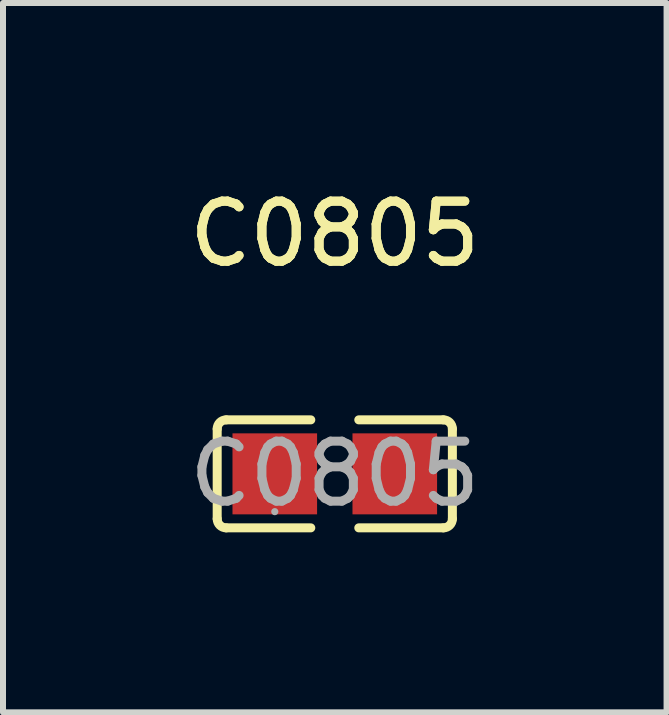
<source format=kicad_pcb>
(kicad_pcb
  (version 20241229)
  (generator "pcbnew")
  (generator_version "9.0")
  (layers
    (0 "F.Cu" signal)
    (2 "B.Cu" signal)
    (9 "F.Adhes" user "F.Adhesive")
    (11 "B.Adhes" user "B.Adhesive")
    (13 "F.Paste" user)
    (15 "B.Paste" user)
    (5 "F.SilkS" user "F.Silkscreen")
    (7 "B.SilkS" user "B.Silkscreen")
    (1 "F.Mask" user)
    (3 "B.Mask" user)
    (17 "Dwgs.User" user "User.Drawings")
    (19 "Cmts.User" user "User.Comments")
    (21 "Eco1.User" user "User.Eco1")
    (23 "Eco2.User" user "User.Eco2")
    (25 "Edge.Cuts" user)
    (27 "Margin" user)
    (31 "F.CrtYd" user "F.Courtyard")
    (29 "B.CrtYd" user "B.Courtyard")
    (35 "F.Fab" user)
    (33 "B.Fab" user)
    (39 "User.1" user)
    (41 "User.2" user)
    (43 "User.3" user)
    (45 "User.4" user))
  (footprint "C0805"
    (layer "F.Cu")
    (at 2.53 4.848)
    (property "Reference" "C0805" (at 0 -4 0) (layer "F.SilkS") (effects (font (size 1 1) (thickness 0.15))))
    (attr through_hole)
    (fp_line (start -1.96 0.75) (end -1.96 -0.75) (stroke (width 0.15) (type solid)) (layer "F.SilkS"))
    (fp_line (start -1.81 -0.9) (end -0.4 -0.9) (stroke (width 0.15) (type solid)) (layer "F.SilkS"))
    (fp_line (start -0.4 0.9) (end -1.81 0.9) (stroke (width 0.15) (type solid)) (layer "F.SilkS"))
    (fp_line (start 0.4 0.9) (end 1.81 0.9) (stroke (width 0.15) (type solid)) (layer "F.SilkS"))
    (fp_line (start 1.81 -0.9) (end 0.4 -0.9) (stroke (width 0.15) (type solid)) (layer "F.SilkS"))
    (fp_line (start 1.96 0.75) (end 1.96 -0.75) (stroke (width 0.15) (type solid)) (layer "F.SilkS"))
    (fp_arc (start -1.96 -0.75) (mid -1.916066 -0.856066) (end -1.81 -0.9) (stroke (width 0.15) (type solid)) (layer "F.SilkS"))
    (fp_arc (start -1.81 0.9) (mid -1.916066 0.856066) (end -1.96 0.75) (stroke (width 0.15) (type solid)) (layer "F.SilkS"))
    (fp_arc (start 1.81 -0.9) (mid 1.916066 -0.856066) (end 1.96 -0.75) (stroke (width 0.15) (type solid)) (layer "F.SilkS"))
    (fp_arc (start 1.96 0.75) (mid 1.916066 0.856066) (end 1.81 0.9) (stroke (width 0.15) (type solid)) (layer "F.SilkS"))
    (fp_circle (center -1 0.63) (end -0.97 0.63) (stroke (width 0.06) (type solid)) (fill no) (layer "F.Fab"))
    (fp_text user "${REFERENCE}" (at 0 -4 0) (layer "F.SilkS") (effects (font (size 1 1) (thickness 0.15))))
    (fp_text user "${REFERENCE}" (at 0 0 0) (layer "F.Fab") (effects (font (size 1 1) (thickness 0.15))))
    (pad "1" smd rect (at -1 0) (size 1.41 1.35) (layers "F.Cu" "F.Mask" "F.Paste"))
    (pad "2" smd rect (at 1 0) (size 1.41 1.35) (layers "F.Cu" "F.Mask" "F.Paste")))
  (gr_rect
    (start -3 -3)
    (end 8.06 8.823)
    (stroke (width 0.1) (type default))
    (fill no)
    (layer "Edge.Cuts")))
</source>
